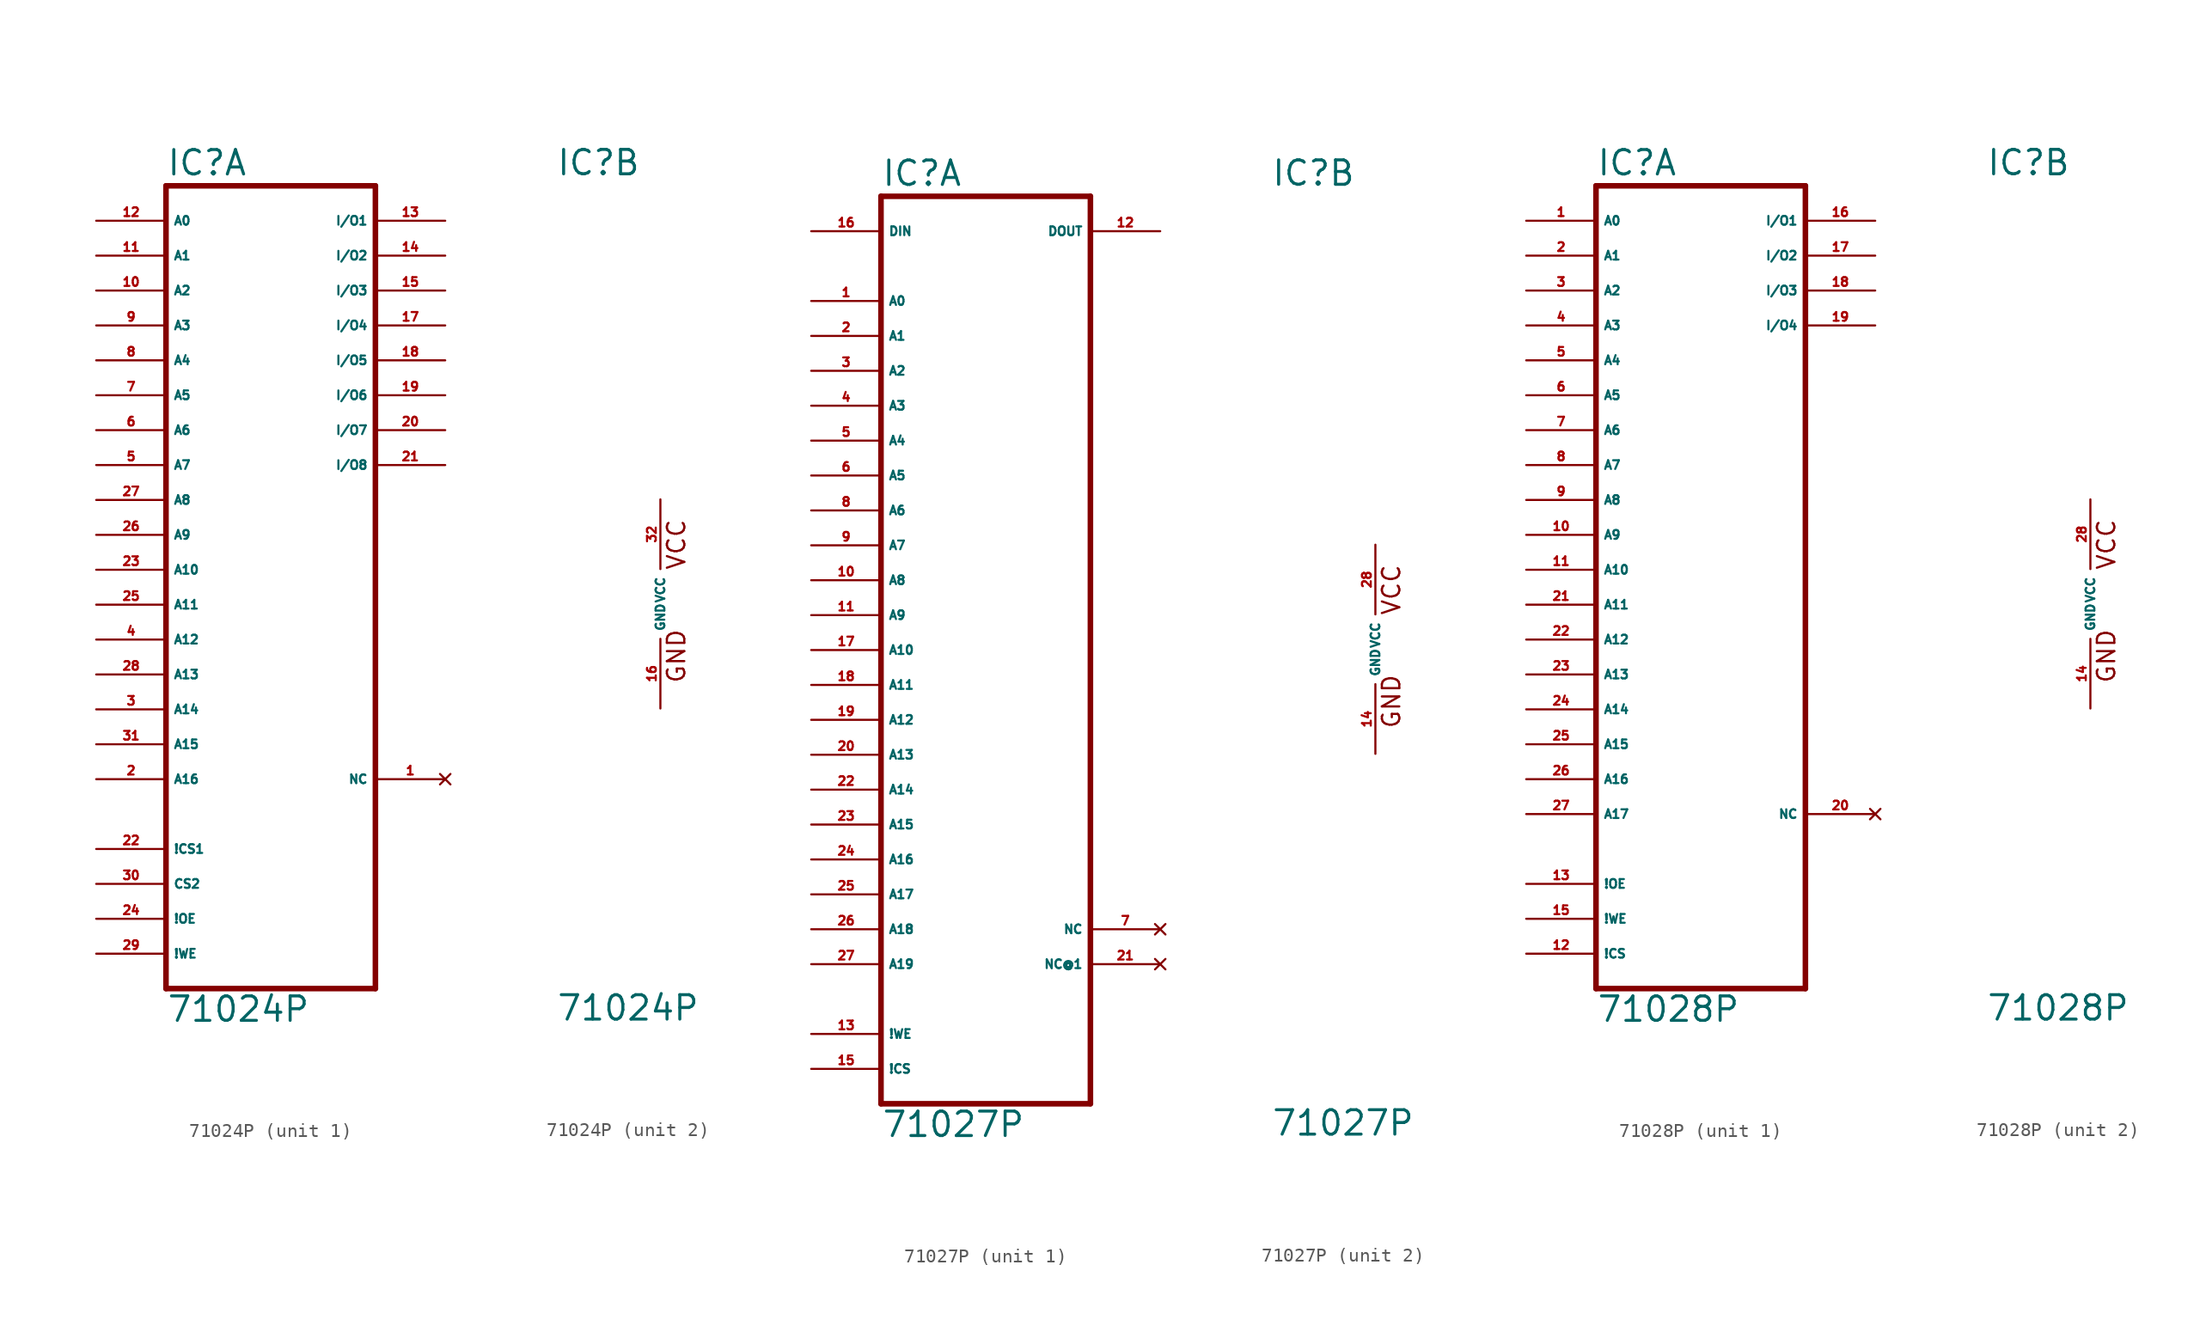
<source format=kicad_sym>
(kicad_symbol_lib
  (version 20220914)
  (generator Eagle2Kicad)
  (symbol "71024P"
    (property "Reference" "IC"
      (at -7.62 31.115 0)
      (effects (font (size 1.778 1.778) (thickness 0.22)) (justify left bottom)))
    (property "Value" "71024P"
      (at -7.62 -30.48 0)
      (effects (font (size 1.778 1.778) (thickness 0.22)) (justify left bottom)))
    (symbol "71024P_1_0"
      (polyline (pts (xy -7.62 -27.94) (xy 7.62 -27.94)) (stroke (width 0.406) (type default)) (fill (type none)))
      (polyline (pts (xy 7.62 -27.94) (xy 7.62 30.48)) (stroke (width 0.406) (type default)) (fill (type none)))
      (polyline (pts (xy 7.62 30.48) (xy -7.62 30.48)) (stroke (width 0.406) (type default)) (fill (type none)))
      (polyline (pts (xy -7.62 30.48) (xy -7.62 -27.94)) (stroke (width 0.406) (type default)) (fill (type none)))
      (pin input line (at -12.7 27.94 0) (length 5.08) (name "A0" (effects (font (size 0.635 0.635) (thickness 0.08)) (justify left bottom))) (number "12" (effects (font (size 0.635 0.635) (thickness 0.08)) (justify left bottom))))
      (pin input line (at -12.7 25.4 0) (length 5.08) (name "A1" (effects (font (size 0.635 0.635) (thickness 0.08)) (justify left bottom))) (number "11" (effects (font (size 0.635 0.635) (thickness 0.08)) (justify left bottom))))
      (pin input line (at -12.7 22.86 0) (length 5.08) (name "A2" (effects (font (size 0.635 0.635) (thickness 0.08)) (justify left bottom))) (number "10" (effects (font (size 0.635 0.635) (thickness 0.08)) (justify left bottom))))
      (pin input line (at -12.7 20.32 0) (length 5.08) (name "A3" (effects (font (size 0.635 0.635) (thickness 0.08)) (justify left bottom))) (number "9" (effects (font (size 0.635 0.635) (thickness 0.08)) (justify left bottom))))
      (pin input line (at -12.7 17.78 0) (length 5.08) (name "A4" (effects (font (size 0.635 0.635) (thickness 0.08)) (justify left bottom))) (number "8" (effects (font (size 0.635 0.635) (thickness 0.08)) (justify left bottom))))
      (pin input line (at -12.7 15.24 0) (length 5.08) (name "A5" (effects (font (size 0.635 0.635) (thickness 0.08)) (justify left bottom))) (number "7" (effects (font (size 0.635 0.635) (thickness 0.08)) (justify left bottom))))
      (pin input line (at -12.7 12.7 0) (length 5.08) (name "A6" (effects (font (size 0.635 0.635) (thickness 0.08)) (justify left bottom))) (number "6" (effects (font (size 0.635 0.635) (thickness 0.08)) (justify left bottom))))
      (pin input line (at -12.7 10.16 0) (length 5.08) (name "A7" (effects (font (size 0.635 0.635) (thickness 0.08)) (justify left bottom))) (number "5" (effects (font (size 0.635 0.635) (thickness 0.08)) (justify left bottom))))
      (pin input line (at -12.7 7.62 0) (length 5.08) (name "A8" (effects (font (size 0.635 0.635) (thickness 0.08)) (justify left bottom))) (number "27" (effects (font (size 0.635 0.635) (thickness 0.08)) (justify left bottom))))
      (pin input line (at -12.7 5.08 0) (length 5.08) (name "A9" (effects (font (size 0.635 0.635) (thickness 0.08)) (justify left bottom))) (number "26" (effects (font (size 0.635 0.635) (thickness 0.08)) (justify left bottom))))
      (pin input line (at -12.7 2.54 0) (length 5.08) (name "A10" (effects (font (size 0.635 0.635) (thickness 0.08)) (justify left bottom))) (number "23" (effects (font (size 0.635 0.635) (thickness 0.08)) (justify left bottom))))
      (pin input line (at -12.7 -22.86 0) (length 5.08) (name "!OE" (effects (font (size 0.635 0.635) (thickness 0.08)) (justify left bottom))) (number "24" (effects (font (size 0.635 0.635) (thickness 0.08)) (justify left bottom))))
      (pin bidirectional line (at 12.7 17.78 180) (length 5.08) (name "I/O5" (effects (font (size 0.635 0.635) (thickness 0.08)) (justify left bottom))) (number "18" (effects (font (size 0.635 0.635) (thickness 0.08)) (justify left bottom))))
      (pin bidirectional line (at 12.7 15.24 180) (length 5.08) (name "I/O6" (effects (font (size 0.635 0.635) (thickness 0.08)) (justify left bottom))) (number "19" (effects (font (size 0.635 0.635) (thickness 0.08)) (justify left bottom))))
      (pin bidirectional line (at 12.7 12.7 180) (length 5.08) (name "I/O7" (effects (font (size 0.635 0.635) (thickness 0.08)) (justify left bottom))) (number "20" (effects (font (size 0.635 0.635) (thickness 0.08)) (justify left bottom))))
      (pin bidirectional line (at 12.7 10.16 180) (length 5.08) (name "I/O8" (effects (font (size 0.635 0.635) (thickness 0.08)) (justify left bottom))) (number "21" (effects (font (size 0.635 0.635) (thickness 0.08)) (justify left bottom))))
      (pin input line (at -12.7 -25.4 0) (length 5.08) (name "!WE" (effects (font (size 0.635 0.635) (thickness 0.08)) (justify left bottom))) (number "29" (effects (font (size 0.635 0.635) (thickness 0.08)) (justify left bottom))))
      (pin input line (at -12.7 -20.32 0) (length 5.08) (name "CS2" (effects (font (size 0.635 0.635) (thickness 0.08)) (justify left bottom))) (number "30" (effects (font (size 0.635 0.635) (thickness 0.08)) (justify left bottom))))
      (pin bidirectional line (at 12.7 27.94 180) (length 5.08) (name "I/O1" (effects (font (size 0.635 0.635) (thickness 0.08)) (justify left bottom))) (number "13" (effects (font (size 0.635 0.635) (thickness 0.08)) (justify left bottom))))
      (pin bidirectional line (at 12.7 25.4 180) (length 5.08) (name "I/O2" (effects (font (size 0.635 0.635) (thickness 0.08)) (justify left bottom))) (number "14" (effects (font (size 0.635 0.635) (thickness 0.08)) (justify left bottom))))
      (pin bidirectional line (at 12.7 22.86 180) (length 5.08) (name "I/O3" (effects (font (size 0.635 0.635) (thickness 0.08)) (justify left bottom))) (number "15" (effects (font (size 0.635 0.635) (thickness 0.08)) (justify left bottom))))
      (pin bidirectional line (at 12.7 20.32 180) (length 5.08) (name "I/O4" (effects (font (size 0.635 0.635) (thickness 0.08)) (justify left bottom))) (number "17" (effects (font (size 0.635 0.635) (thickness 0.08)) (justify left bottom))))
      (pin input line (at -12.7 0 0) (length 5.08) (name "A11" (effects (font (size 0.635 0.635) (thickness 0.08)) (justify left bottom))) (number "25" (effects (font (size 0.635 0.635) (thickness 0.08)) (justify left bottom))))
      (pin input line (at -12.7 -2.54 0) (length 5.08) (name "A12" (effects (font (size 0.635 0.635) (thickness 0.08)) (justify left bottom))) (number "4" (effects (font (size 0.635 0.635) (thickness 0.08)) (justify left bottom))))
      (pin input line (at -12.7 -5.08 0) (length 5.08) (name "A13" (effects (font (size 0.635 0.635) (thickness 0.08)) (justify left bottom))) (number "28" (effects (font (size 0.635 0.635) (thickness 0.08)) (justify left bottom))))
      (pin input line (at -12.7 -7.62 0) (length 5.08) (name "A14" (effects (font (size 0.635 0.635) (thickness 0.08)) (justify left bottom))) (number "3" (effects (font (size 0.635 0.635) (thickness 0.08)) (justify left bottom))))
      (pin input line (at -12.7 -10.16 0) (length 5.08) (name "A15" (effects (font (size 0.635 0.635) (thickness 0.08)) (justify left bottom))) (number "31" (effects (font (size 0.635 0.635) (thickness 0.08)) (justify left bottom))))
      (pin input line (at -12.7 -12.7 0) (length 5.08) (name "A16" (effects (font (size 0.635 0.635) (thickness 0.08)) (justify left bottom))) (number "2" (effects (font (size 0.635 0.635) (thickness 0.08)) (justify left bottom))))
      (pin input line (at -12.7 -17.78 0) (length 5.08) (name "!CS1" (effects (font (size 0.635 0.635) (thickness 0.08)) (justify left bottom))) (number "22" (effects (font (size 0.635 0.635) (thickness 0.08)) (justify left bottom))))
      (pin no_connect line (at 12.7 -12.7 180) (length 5.08) (name "NC" (effects (font (size 0.635 0.635) (thickness 0.08)) (justify left bottom) hide)) (number "1" (effects (font (size 0.635 0.635) (thickness 0.08)) (justify left bottom) hide))))
    (symbol "71024P_2_0"
      (text "GND" (at 1.905 -5.842 900) (effects (font (size 1.27 1.27) (thickness 0.16)) (justify left bottom)))
      (text "VCC" (at 1.905 2.413 900) (effects (font (size 1.27 1.27) (thickness 0.16)) (justify left bottom)))
      (pin unspecified line (at 0 7.62 270) (length 5.08) (name "VCC" (effects (font (size 0.635 0.635) (thickness 0.08)) (justify left bottom))) (number "32" (effects (font (size 0.635 0.635) (thickness 0.08)) (justify left bottom))))
      (pin unspecified line (at 0 -7.62 90) (length 5.08) (name "GND" (effects (font (size 0.635 0.635) (thickness 0.08)) (justify left bottom))) (number "16" (effects (font (size 0.635 0.635) (thickness 0.08)) (justify left bottom))))))
  (symbol "71027P"
    (property "Reference" "IC"
      (at -7.62 33.655 0)
      (effects (font (size 1.778 1.778) (thickness 0.22)) (justify left bottom)))
    (property "Value" "71027P"
      (at -7.62 -35.56 0)
      (effects (font (size 1.778 1.778) (thickness 0.22)) (justify left bottom)))
    (symbol "71027P_1_0"
      (polyline (pts (xy -7.62 -33.02) (xy 7.62 -33.02)) (stroke (width 0.406) (type default)) (fill (type none)))
      (polyline (pts (xy 7.62 -33.02) (xy 7.62 33.02)) (stroke (width 0.406) (type default)) (fill (type none)))
      (polyline (pts (xy 7.62 33.02) (xy -7.62 33.02)) (stroke (width 0.406) (type default)) (fill (type none)))
      (polyline (pts (xy -7.62 33.02) (xy -7.62 -33.02)) (stroke (width 0.406) (type default)) (fill (type none)))
      (pin input line (at -12.7 25.4 0) (length 5.08) (name "A0" (effects (font (size 0.635 0.635) (thickness 0.08)) (justify left bottom))) (number "1" (effects (font (size 0.635 0.635) (thickness 0.08)) (justify left bottom))))
      (pin input line (at -12.7 22.86 0) (length 5.08) (name "A1" (effects (font (size 0.635 0.635) (thickness 0.08)) (justify left bottom))) (number "2" (effects (font (size 0.635 0.635) (thickness 0.08)) (justify left bottom))))
      (pin input line (at -12.7 20.32 0) (length 5.08) (name "A2" (effects (font (size 0.635 0.635) (thickness 0.08)) (justify left bottom))) (number "3" (effects (font (size 0.635 0.635) (thickness 0.08)) (justify left bottom))))
      (pin input line (at -12.7 17.78 0) (length 5.08) (name "A3" (effects (font (size 0.635 0.635) (thickness 0.08)) (justify left bottom))) (number "4" (effects (font (size 0.635 0.635) (thickness 0.08)) (justify left bottom))))
      (pin input line (at -12.7 15.24 0) (length 5.08) (name "A4" (effects (font (size 0.635 0.635) (thickness 0.08)) (justify left bottom))) (number "5" (effects (font (size 0.635 0.635) (thickness 0.08)) (justify left bottom))))
      (pin input line (at -12.7 12.7 0) (length 5.08) (name "A5" (effects (font (size 0.635 0.635) (thickness 0.08)) (justify left bottom))) (number "6" (effects (font (size 0.635 0.635) (thickness 0.08)) (justify left bottom))))
      (pin input line (at -12.7 10.16 0) (length 5.08) (name "A6" (effects (font (size 0.635 0.635) (thickness 0.08)) (justify left bottom))) (number "8" (effects (font (size 0.635 0.635) (thickness 0.08)) (justify left bottom))))
      (pin input line (at -12.7 7.62 0) (length 5.08) (name "A7" (effects (font (size 0.635 0.635) (thickness 0.08)) (justify left bottom))) (number "9" (effects (font (size 0.635 0.635) (thickness 0.08)) (justify left bottom))))
      (pin input line (at -12.7 5.08 0) (length 5.08) (name "A8" (effects (font (size 0.635 0.635) (thickness 0.08)) (justify left bottom))) (number "10" (effects (font (size 0.635 0.635) (thickness 0.08)) (justify left bottom))))
      (pin input line (at -12.7 2.54 0) (length 5.08) (name "A9" (effects (font (size 0.635 0.635) (thickness 0.08)) (justify left bottom))) (number "11" (effects (font (size 0.635 0.635) (thickness 0.08)) (justify left bottom))))
      (pin input line (at -12.7 0 0) (length 5.08) (name "A10" (effects (font (size 0.635 0.635) (thickness 0.08)) (justify left bottom))) (number "17" (effects (font (size 0.635 0.635) (thickness 0.08)) (justify left bottom))))
      (pin input line (at -12.7 -2.54 0) (length 5.08) (name "A11" (effects (font (size 0.635 0.635) (thickness 0.08)) (justify left bottom))) (number "18" (effects (font (size 0.635 0.635) (thickness 0.08)) (justify left bottom))))
      (pin input line (at -12.7 -5.08 0) (length 5.08) (name "A12" (effects (font (size 0.635 0.635) (thickness 0.08)) (justify left bottom))) (number "19" (effects (font (size 0.635 0.635) (thickness 0.08)) (justify left bottom))))
      (pin input line (at -12.7 -7.62 0) (length 5.08) (name "A13" (effects (font (size 0.635 0.635) (thickness 0.08)) (justify left bottom))) (number "20" (effects (font (size 0.635 0.635) (thickness 0.08)) (justify left bottom))))
      (pin input line (at -12.7 -10.16 0) (length 5.08) (name "A14" (effects (font (size 0.635 0.635) (thickness 0.08)) (justify left bottom))) (number "22" (effects (font (size 0.635 0.635) (thickness 0.08)) (justify left bottom))))
      (pin input line (at -12.7 -12.7 0) (length 5.08) (name "A15" (effects (font (size 0.635 0.635) (thickness 0.08)) (justify left bottom))) (number "23" (effects (font (size 0.635 0.635) (thickness 0.08)) (justify left bottom))))
      (pin input line (at -12.7 30.48 0) (length 5.08) (name "DIN" (effects (font (size 0.635 0.635) (thickness 0.08)) (justify left bottom))) (number "16" (effects (font (size 0.635 0.635) (thickness 0.08)) (justify left bottom))))
      (pin input line (at -12.7 -27.94 0) (length 5.08) (name "!WE" (effects (font (size 0.635 0.635) (thickness 0.08)) (justify left bottom))) (number "13" (effects (font (size 0.635 0.635) (thickness 0.08)) (justify left bottom))))
      (pin input line (at -12.7 -30.48 0) (length 5.08) (name "!CS" (effects (font (size 0.635 0.635) (thickness 0.08)) (justify left bottom))) (number "15" (effects (font (size 0.635 0.635) (thickness 0.08)) (justify left bottom))))
      (pin output line (at 12.7 30.48 180) (length 5.08) (name "DOUT" (effects (font (size 0.635 0.635) (thickness 0.08)) (justify left bottom))) (number "12" (effects (font (size 0.635 0.635) (thickness 0.08)) (justify left bottom))))
      (pin input line (at -12.7 -15.24 0) (length 5.08) (name "A16" (effects (font (size 0.635 0.635) (thickness 0.08)) (justify left bottom))) (number "24" (effects (font (size 0.635 0.635) (thickness 0.08)) (justify left bottom))))
      (pin input line (at -12.7 -17.78 0) (length 5.08) (name "A17" (effects (font (size 0.635 0.635) (thickness 0.08)) (justify left bottom))) (number "25" (effects (font (size 0.635 0.635) (thickness 0.08)) (justify left bottom))))
      (pin input line (at -12.7 -20.32 0) (length 5.08) (name "A18" (effects (font (size 0.635 0.635) (thickness 0.08)) (justify left bottom))) (number "26" (effects (font (size 0.635 0.635) (thickness 0.08)) (justify left bottom))))
      (pin input line (at -12.7 -22.86 0) (length 5.08) (name "A19" (effects (font (size 0.635 0.635) (thickness 0.08)) (justify left bottom))) (number "27" (effects (font (size 0.635 0.635) (thickness 0.08)) (justify left bottom))))
      (pin no_connect line (at 12.7 -20.32 180) (length 5.08) (name "NC" (effects (font (size 0.635 0.635) (thickness 0.08)) (justify left bottom) hide)) (number "7" (effects (font (size 0.635 0.635) (thickness 0.08)) (justify left bottom) hide)))
      (pin no_connect line (at 12.7 -22.86 180) (length 5.08) (name "NC@1" (effects (font (size 0.635 0.635) (thickness 0.08)) (justify left bottom) hide)) (number "21" (effects (font (size 0.635 0.635) (thickness 0.08)) (justify left bottom) hide))))
    (symbol "71027P_2_0"
      (text "GND" (at 1.905 -5.842 900) (effects (font (size 1.27 1.27) (thickness 0.16)) (justify left bottom)))
      (text "VCC" (at 1.905 2.413 900) (effects (font (size 1.27 1.27) (thickness 0.16)) (justify left bottom)))
      (pin unspecified line (at 0 7.62 270) (length 5.08) (name "VCC" (effects (font (size 0.635 0.635) (thickness 0.08)) (justify left bottom))) (number "28" (effects (font (size 0.635 0.635) (thickness 0.08)) (justify left bottom))))
      (pin unspecified line (at 0 -7.62 90) (length 5.08) (name "GND" (effects (font (size 0.635 0.635) (thickness 0.08)) (justify left bottom))) (number "14" (effects (font (size 0.635 0.635) (thickness 0.08)) (justify left bottom))))))
  (symbol "71028P"
    (property "Reference" "IC"
      (at -7.62 31.115 0)
      (effects (font (size 1.778 1.778) (thickness 0.22)) (justify left bottom)))
    (property "Value" "71028P"
      (at -7.62 -30.48 0)
      (effects (font (size 1.778 1.778) (thickness 0.22)) (justify left bottom)))
    (symbol "71028P_1_0"
      (polyline (pts (xy -7.62 -27.94) (xy 7.62 -27.94)) (stroke (width 0.406) (type default)) (fill (type none)))
      (polyline (pts (xy 7.62 -27.94) (xy 7.62 30.48)) (stroke (width 0.406) (type default)) (fill (type none)))
      (polyline (pts (xy 7.62 30.48) (xy -7.62 30.48)) (stroke (width 0.406) (type default)) (fill (type none)))
      (polyline (pts (xy -7.62 30.48) (xy -7.62 -27.94)) (stroke (width 0.406) (type default)) (fill (type none)))
      (pin input line (at -12.7 27.94 0) (length 5.08) (name "A0" (effects (font (size 0.635 0.635) (thickness 0.08)) (justify left bottom))) (number "1" (effects (font (size 0.635 0.635) (thickness 0.08)) (justify left bottom))))
      (pin input line (at -12.7 25.4 0) (length 5.08) (name "A1" (effects (font (size 0.635 0.635) (thickness 0.08)) (justify left bottom))) (number "2" (effects (font (size 0.635 0.635) (thickness 0.08)) (justify left bottom))))
      (pin input line (at -12.7 22.86 0) (length 5.08) (name "A2" (effects (font (size 0.635 0.635) (thickness 0.08)) (justify left bottom))) (number "3" (effects (font (size 0.635 0.635) (thickness 0.08)) (justify left bottom))))
      (pin input line (at -12.7 20.32 0) (length 5.08) (name "A3" (effects (font (size 0.635 0.635) (thickness 0.08)) (justify left bottom))) (number "4" (effects (font (size 0.635 0.635) (thickness 0.08)) (justify left bottom))))
      (pin input line (at -12.7 17.78 0) (length 5.08) (name "A4" (effects (font (size 0.635 0.635) (thickness 0.08)) (justify left bottom))) (number "5" (effects (font (size 0.635 0.635) (thickness 0.08)) (justify left bottom))))
      (pin input line (at -12.7 15.24 0) (length 5.08) (name "A5" (effects (font (size 0.635 0.635) (thickness 0.08)) (justify left bottom))) (number "6" (effects (font (size 0.635 0.635) (thickness 0.08)) (justify left bottom))))
      (pin input line (at -12.7 12.7 0) (length 5.08) (name "A6" (effects (font (size 0.635 0.635) (thickness 0.08)) (justify left bottom))) (number "7" (effects (font (size 0.635 0.635) (thickness 0.08)) (justify left bottom))))
      (pin input line (at -12.7 10.16 0) (length 5.08) (name "A7" (effects (font (size 0.635 0.635) (thickness 0.08)) (justify left bottom))) (number "8" (effects (font (size 0.635 0.635) (thickness 0.08)) (justify left bottom))))
      (pin input line (at -12.7 7.62 0) (length 5.08) (name "A8" (effects (font (size 0.635 0.635) (thickness 0.08)) (justify left bottom))) (number "9" (effects (font (size 0.635 0.635) (thickness 0.08)) (justify left bottom))))
      (pin input line (at -12.7 5.08 0) (length 5.08) (name "A9" (effects (font (size 0.635 0.635) (thickness 0.08)) (justify left bottom))) (number "10" (effects (font (size 0.635 0.635) (thickness 0.08)) (justify left bottom))))
      (pin input line (at -12.7 2.54 0) (length 5.08) (name "A10" (effects (font (size 0.635 0.635) (thickness 0.08)) (justify left bottom))) (number "11" (effects (font (size 0.635 0.635) (thickness 0.08)) (justify left bottom))))
      (pin input line (at -12.7 -20.32 0) (length 5.08) (name "!OE" (effects (font (size 0.635 0.635) (thickness 0.08)) (justify left bottom))) (number "13" (effects (font (size 0.635 0.635) (thickness 0.08)) (justify left bottom))))
      (pin no_connect line (at 12.7 -15.24 180) (length 5.08) (name "NC" (effects (font (size 0.635 0.635) (thickness 0.08)) (justify left bottom) hide)) (number "20" (effects (font (size 0.635 0.635) (thickness 0.08)) (justify left bottom) hide)))
      (pin input line (at -12.7 -15.24 0) (length 5.08) (name "A17" (effects (font (size 0.635 0.635) (thickness 0.08)) (justify left bottom))) (number "27" (effects (font (size 0.635 0.635) (thickness 0.08)) (justify left bottom))))
      (pin input line (at -12.7 -12.7 0) (length 5.08) (name "A16" (effects (font (size 0.635 0.635) (thickness 0.08)) (justify left bottom))) (number "26" (effects (font (size 0.635 0.635) (thickness 0.08)) (justify left bottom))))
      (pin input line (at -12.7 -10.16 0) (length 5.08) (name "A15" (effects (font (size 0.635 0.635) (thickness 0.08)) (justify left bottom))) (number "25" (effects (font (size 0.635 0.635) (thickness 0.08)) (justify left bottom))))
      (pin input line (at -12.7 -22.86 0) (length 5.08) (name "!WE" (effects (font (size 0.635 0.635) (thickness 0.08)) (justify left bottom))) (number "15" (effects (font (size 0.635 0.635) (thickness 0.08)) (justify left bottom))))
      (pin input line (at -12.7 -25.4 0) (length 5.08) (name "!CS" (effects (font (size 0.635 0.635) (thickness 0.08)) (justify left bottom))) (number "12" (effects (font (size 0.635 0.635) (thickness 0.08)) (justify left bottom))))
      (pin bidirectional line (at 12.7 27.94 180) (length 5.08) (name "I/O1" (effects (font (size 0.635 0.635) (thickness 0.08)) (justify left bottom))) (number "16" (effects (font (size 0.635 0.635) (thickness 0.08)) (justify left bottom))))
      (pin bidirectional line (at 12.7 25.4 180) (length 5.08) (name "I/O2" (effects (font (size 0.635 0.635) (thickness 0.08)) (justify left bottom))) (number "17" (effects (font (size 0.635 0.635) (thickness 0.08)) (justify left bottom))))
      (pin bidirectional line (at 12.7 22.86 180) (length 5.08) (name "I/O3" (effects (font (size 0.635 0.635) (thickness 0.08)) (justify left bottom))) (number "18" (effects (font (size 0.635 0.635) (thickness 0.08)) (justify left bottom))))
      (pin bidirectional line (at 12.7 20.32 180) (length 5.08) (name "I/O4" (effects (font (size 0.635 0.635) (thickness 0.08)) (justify left bottom))) (number "19" (effects (font (size 0.635 0.635) (thickness 0.08)) (justify left bottom))))
      (pin input line (at -12.7 0 0) (length 5.08) (name "A11" (effects (font (size 0.635 0.635) (thickness 0.08)) (justify left bottom))) (number "21" (effects (font (size 0.635 0.635) (thickness 0.08)) (justify left bottom))))
      (pin input line (at -12.7 -2.54 0) (length 5.08) (name "A12" (effects (font (size 0.635 0.635) (thickness 0.08)) (justify left bottom))) (number "22" (effects (font (size 0.635 0.635) (thickness 0.08)) (justify left bottom))))
      (pin input line (at -12.7 -5.08 0) (length 5.08) (name "A13" (effects (font (size 0.635 0.635) (thickness 0.08)) (justify left bottom))) (number "23" (effects (font (size 0.635 0.635) (thickness 0.08)) (justify left bottom))))
      (pin input line (at -12.7 -7.62 0) (length 5.08) (name "A14" (effects (font (size 0.635 0.635) (thickness 0.08)) (justify left bottom))) (number "24" (effects (font (size 0.635 0.635) (thickness 0.08)) (justify left bottom)))))
    (symbol "71028P_2_0"
      (text "GND" (at 1.905 -5.842 900) (effects (font (size 1.27 1.27) (thickness 0.16)) (justify left bottom)))
      (text "VCC" (at 1.905 2.413 900) (effects (font (size 1.27 1.27) (thickness 0.16)) (justify left bottom)))
      (pin unspecified line (at 0 7.62 270) (length 5.08) (name "VCC" (effects (font (size 0.635 0.635) (thickness 0.08)) (justify left bottom))) (number "28" (effects (font (size 0.635 0.635) (thickness 0.08)) (justify left bottom))))
      (pin unspecified line (at 0 -7.62 90) (length 5.08) (name "GND" (effects (font (size 0.635 0.635) (thickness 0.08)) (justify left bottom))) (number "14" (effects (font (size 0.635 0.635) (thickness 0.08)) (justify left bottom)))))))
</source>
